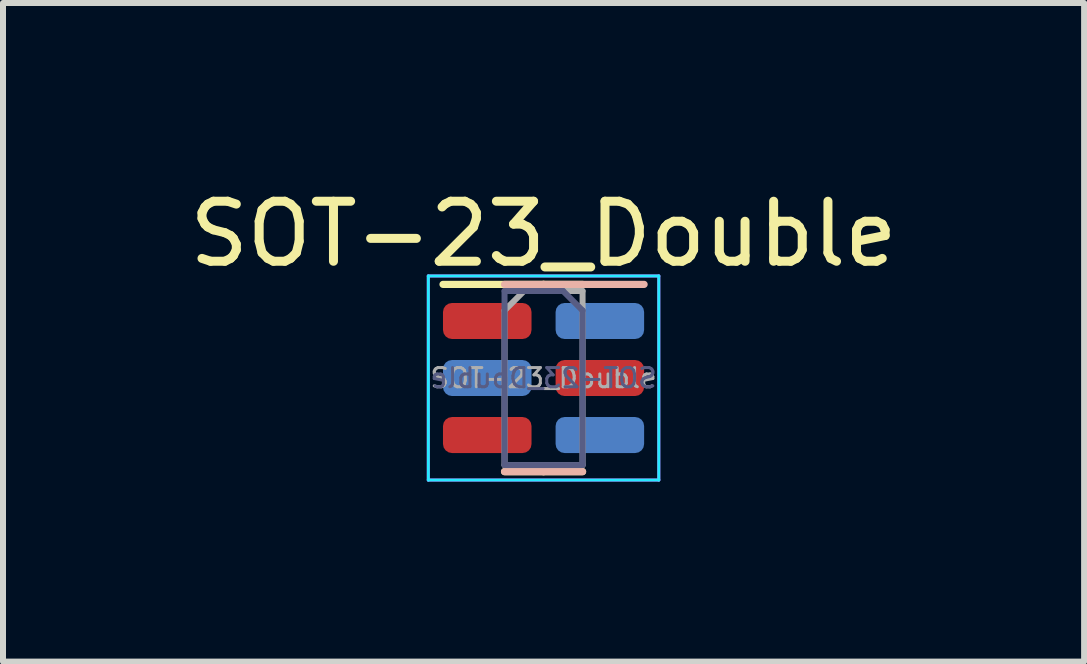
<source format=kicad_pcb>
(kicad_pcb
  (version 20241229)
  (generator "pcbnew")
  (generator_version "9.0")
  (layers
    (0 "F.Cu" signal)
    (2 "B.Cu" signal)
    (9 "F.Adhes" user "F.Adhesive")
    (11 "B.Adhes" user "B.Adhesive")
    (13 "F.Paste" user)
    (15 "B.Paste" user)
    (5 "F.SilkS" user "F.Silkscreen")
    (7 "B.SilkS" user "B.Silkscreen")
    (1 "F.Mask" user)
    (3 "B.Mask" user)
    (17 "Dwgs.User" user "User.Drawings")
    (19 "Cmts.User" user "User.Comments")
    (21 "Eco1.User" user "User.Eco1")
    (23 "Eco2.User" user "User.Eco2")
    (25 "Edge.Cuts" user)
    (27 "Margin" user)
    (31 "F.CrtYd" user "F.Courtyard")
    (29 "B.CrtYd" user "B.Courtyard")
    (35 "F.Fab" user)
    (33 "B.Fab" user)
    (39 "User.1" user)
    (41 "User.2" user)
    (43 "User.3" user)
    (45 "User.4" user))
  (footprint "SOT-23_Double"
    (layer "F.Cu")
    (at 6.006 3.248)
    (property "Reference" "SOT-23_Double" (at 0 -2.4 0) (layer "F.SilkS") (effects (font (size 1 1) (thickness 0.15))))
    (attr smd)
    (fp_line (start 0 -1.56) (end -1.675 -1.56) (stroke (width 0.12) (type solid)) (layer "F.SilkS"))
    (fp_line (start 0 -1.56) (end 0.65 -1.56) (stroke (width 0.12) (type solid)) (layer "F.SilkS"))
    (fp_line (start 0 1.56) (end -0.65 1.56) (stroke (width 0.12) (type solid)) (layer "F.SilkS"))
    (fp_line (start 0 1.56) (end 0.65 1.56) (stroke (width 0.12) (type solid)) (layer "F.SilkS"))
    (fp_line (start 0 -1.56) (end -0.65 -1.56) (stroke (width 0.12) (type solid)) (layer "B.SilkS"))
    (fp_line (start 0 -1.56) (end 1.675 -1.56) (stroke (width 0.12) (type solid)) (layer "B.SilkS"))
    (fp_line (start 0 1.56) (end -0.65 1.56) (stroke (width 0.12) (type solid)) (layer "B.SilkS"))
    (fp_line (start 0 1.56) (end 0.65 1.56) (stroke (width 0.12) (type solid)) (layer "B.SilkS"))
    (fp_line (start -1.92 -1.7) (end 1.92 -1.7) (stroke (width 0.05) (type solid)) (layer "B.CrtYd"))
    (fp_line (start -1.92 1.7) (end -1.92 -1.7) (stroke (width 0.05) (type solid)) (layer "B.CrtYd"))
    (fp_line (start 1.92 -1.7) (end 1.92 1.7) (stroke (width 0.05) (type solid)) (layer "B.CrtYd"))
    (fp_line (start 1.92 1.7) (end -1.92 1.7) (stroke (width 0.05) (type solid)) (layer "B.CrtYd"))
    (fp_line (start -1.92 -1.7) (end -1.92 1.7) (stroke (width 0.05) (type solid)) (layer "F.CrtYd"))
    (fp_line (start -1.92 1.7) (end 1.92 1.7) (stroke (width 0.05) (type solid)) (layer "F.CrtYd"))
    (fp_line (start 1.92 -1.7) (end -1.92 -1.7) (stroke (width 0.05) (type solid)) (layer "F.CrtYd"))
    (fp_line (start 1.92 1.7) (end 1.92 -1.7) (stroke (width 0.05) (type solid)) (layer "F.CrtYd"))
    (fp_line (start -0.65 -1.45) (end -0.65 1.45) (stroke (width 0.1) (type solid)) (layer "B.Fab"))
    (fp_line (start -0.65 1.45) (end 0.65 1.45) (stroke (width 0.1) (type solid)) (layer "B.Fab"))
    (fp_line (start 0.325 -1.45) (end -0.65 -1.45) (stroke (width 0.1) (type solid)) (layer "B.Fab"))
    (fp_line (start 0.65 -1.125) (end 0.325 -1.45) (stroke (width 0.1) (type solid)) (layer "B.Fab"))
    (fp_line (start 0.65 1.45) (end 0.65 -1.125) (stroke (width 0.1) (type solid)) (layer "B.Fab"))
    (fp_line (start -0.65 -1.125) (end -0.325 -1.45) (stroke (width 0.1) (type solid)) (layer "F.Fab"))
    (fp_line (start -0.65 1.45) (end -0.65 -1.125) (stroke (width 0.1) (type solid)) (layer "F.Fab"))
    (fp_line (start -0.325 -1.45) (end 0.65 -1.45) (stroke (width 0.1) (type solid)) (layer "F.Fab"))
    (fp_line (start 0.65 -1.45) (end 0.65 1.45) (stroke (width 0.1) (type solid)) (layer "F.Fab"))
    (fp_line (start 0.65 1.45) (end -0.65 1.45) (stroke (width 0.1) (type solid)) (layer "F.Fab"))
    (fp_text user "${REFERENCE}" (at 0 0 0) (layer "B.Fab") (effects (font (size 0.32 0.32) (thickness 0.05)) (justify mirror)))
    (fp_text user "${REFERENCE}" (at 0 0 0) (layer "F.Fab") (effects (font (size 0.32 0.32) (thickness 0.05))))
    (pad "1" smd roundrect (at -0.938 -0.95) (size 1.475 0.6) (layers "F.Cu" "F.Mask" "F.Paste") (roundrect_rratio 0.25))
    (pad "1" smd roundrect (at 0.938 -0.95) (size 1.475 0.6) (layers "B.Cu" "B.Mask" "B.Paste") (roundrect_rratio 0.25))
    (pad "2" smd roundrect (at -0.938 0.95) (size 1.475 0.6) (layers "F.Cu" "F.Mask" "F.Paste") (roundrect_rratio 0.25))
    (pad "2" smd roundrect (at 0.938 0.95) (size 1.475 0.6) (layers "B.Cu" "B.Mask" "B.Paste") (roundrect_rratio 0.25))
    (pad "3" smd roundrect (at -0.938 0) (size 1.475 0.6) (layers "B.Cu" "B.Mask" "B.Paste") (roundrect_rratio 0.25))
    (pad "3" smd roundrect (at 0.938 0) (size 1.475 0.6) (layers "F.Cu" "F.Mask" "F.Paste") (roundrect_rratio 0.25)))
  (gr_rect
    (start -3 -3)
    (end 15.012 7.973)
    (stroke (width 0.1) (type default))
    (fill no)
    (layer "Edge.Cuts")))
</source>
